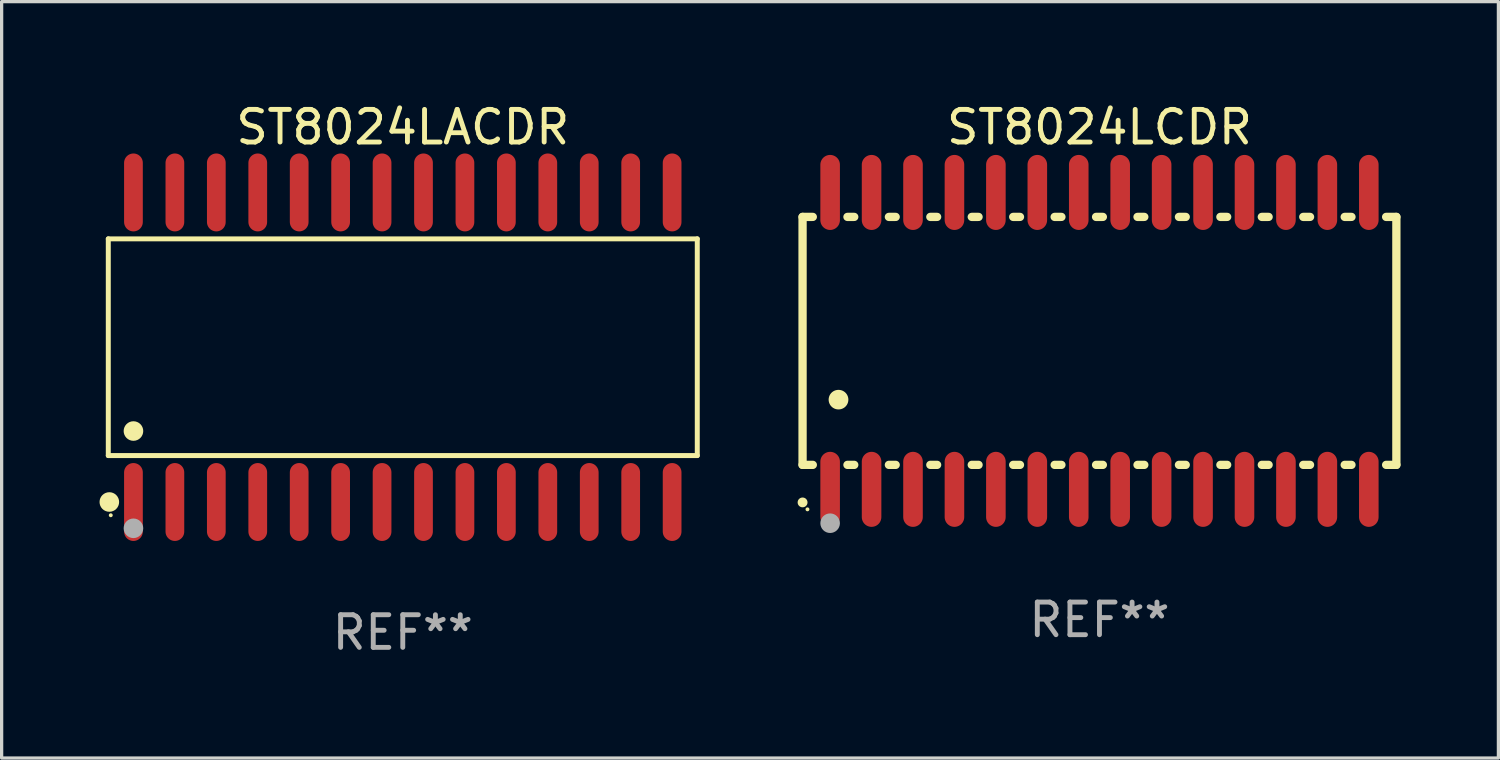
<source format=kicad_pcb>
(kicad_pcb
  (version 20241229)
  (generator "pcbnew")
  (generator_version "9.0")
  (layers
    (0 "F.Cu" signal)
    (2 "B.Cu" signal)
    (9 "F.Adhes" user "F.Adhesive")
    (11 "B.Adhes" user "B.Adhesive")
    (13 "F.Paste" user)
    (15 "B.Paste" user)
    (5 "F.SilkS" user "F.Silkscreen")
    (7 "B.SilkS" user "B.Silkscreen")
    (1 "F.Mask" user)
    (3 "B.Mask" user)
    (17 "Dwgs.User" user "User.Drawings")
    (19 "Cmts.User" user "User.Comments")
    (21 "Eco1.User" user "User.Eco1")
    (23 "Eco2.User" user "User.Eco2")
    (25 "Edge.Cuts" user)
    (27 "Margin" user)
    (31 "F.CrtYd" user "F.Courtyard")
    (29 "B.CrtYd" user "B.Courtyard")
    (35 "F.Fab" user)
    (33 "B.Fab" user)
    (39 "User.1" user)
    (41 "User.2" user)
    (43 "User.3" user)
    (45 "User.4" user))
  (footprint "ST8024LCDR"
    (layer "F.Cu")
    (at 30.648 7.398)
    (property "Reference" "ST8024LCDR" (at 0 -6.55 0) (layer "F.SilkS") (effects (font (size 1 1) (thickness 0.15))))
    (attr through_hole)
    (fp_line (start -9.1 -3.8) (end -9.1 3.8) (stroke (width 0.254) (type solid)) (layer "F.SilkS"))
    (fp_line (start -9.1 -3.8) (end -8.786 -3.8) (stroke (width 0.254) (type solid)) (layer "F.SilkS"))
    (fp_line (start -9.1 3.8) (end -8.786 3.8) (stroke (width 0.254) (type solid)) (layer "F.SilkS"))
    (fp_line (start -7.724 -3.8) (end -7.516 -3.8) (stroke (width 0.254) (type solid)) (layer "F.SilkS"))
    (fp_line (start -7.724 3.8) (end -7.516 3.8) (stroke (width 0.254) (type solid)) (layer "F.SilkS"))
    (fp_line (start -6.454 -3.8) (end -6.246 -3.8) (stroke (width 0.254) (type solid)) (layer "F.SilkS"))
    (fp_line (start -6.454 3.8) (end -6.246 3.8) (stroke (width 0.254) (type solid)) (layer "F.SilkS"))
    (fp_line (start -5.184 -3.8) (end -4.976 -3.8) (stroke (width 0.254) (type solid)) (layer "F.SilkS"))
    (fp_line (start -5.184 3.8) (end -4.976 3.8) (stroke (width 0.254) (type solid)) (layer "F.SilkS"))
    (fp_line (start -3.914 -3.8) (end -3.706 -3.8) (stroke (width 0.254) (type solid)) (layer "F.SilkS"))
    (fp_line (start -3.914 3.8) (end -3.706 3.8) (stroke (width 0.254) (type solid)) (layer "F.SilkS"))
    (fp_line (start -2.644 -3.8) (end -2.436 -3.8) (stroke (width 0.254) (type solid)) (layer "F.SilkS"))
    (fp_line (start -2.644 3.8) (end -2.436 3.8) (stroke (width 0.254) (type solid)) (layer "F.SilkS"))
    (fp_line (start -1.374 -3.8) (end -1.166 -3.8) (stroke (width 0.254) (type solid)) (layer "F.SilkS"))
    (fp_line (start -1.374 3.8) (end -1.166 3.8) (stroke (width 0.254) (type solid)) (layer "F.SilkS"))
    (fp_line (start -0.104 -3.8) (end 0.104 -3.8) (stroke (width 0.254) (type solid)) (layer "F.SilkS"))
    (fp_line (start -0.104 3.8) (end 0.104 3.8) (stroke (width 0.254) (type solid)) (layer "F.SilkS"))
    (fp_line (start 1.166 -3.8) (end 1.374 -3.8) (stroke (width 0.254) (type solid)) (layer "F.SilkS"))
    (fp_line (start 1.166 3.8) (end 1.374 3.8) (stroke (width 0.254) (type solid)) (layer "F.SilkS"))
    (fp_line (start 2.436 -3.8) (end 2.644 -3.8) (stroke (width 0.254) (type solid)) (layer "F.SilkS"))
    (fp_line (start 2.436 3.8) (end 2.644 3.8) (stroke (width 0.254) (type solid)) (layer "F.SilkS"))
    (fp_line (start 3.706 -3.8) (end 3.914 -3.8) (stroke (width 0.254) (type solid)) (layer "F.SilkS"))
    (fp_line (start 3.706 3.8) (end 3.914 3.8) (stroke (width 0.254) (type solid)) (layer "F.SilkS"))
    (fp_line (start 4.976 -3.8) (end 5.184 -3.8) (stroke (width 0.254) (type solid)) (layer "F.SilkS"))
    (fp_line (start 4.976 3.8) (end 5.184 3.8) (stroke (width 0.254) (type solid)) (layer "F.SilkS"))
    (fp_line (start 6.246 -3.8) (end 6.454 -3.8) (stroke (width 0.254) (type solid)) (layer "F.SilkS"))
    (fp_line (start 6.246 3.8) (end 6.454 3.8) (stroke (width 0.254) (type solid)) (layer "F.SilkS"))
    (fp_line (start 7.516 -3.8) (end 7.724 -3.8) (stroke (width 0.254) (type solid)) (layer "F.SilkS"))
    (fp_line (start 7.516 3.8) (end 7.724 3.8) (stroke (width 0.254) (type solid)) (layer "F.SilkS"))
    (fp_line (start 8.786 -3.8) (end 9.1 -3.8) (stroke (width 0.254) (type solid)) (layer "F.SilkS"))
    (fp_line (start 8.786 3.8) (end 9.1 3.8) (stroke (width 0.254) (type solid)) (layer "F.SilkS"))
    (fp_line (start 9.1 -3.8) (end 9.1 3.8) (stroke (width 0.254) (type solid)) (layer "F.SilkS"))
    (fp_arc (start -9.100864 4.95047) (mid -9.099594 4.950465) (end -9.098324 4.95047) (stroke (width 0.3) (type solid)) (layer "F.SilkS"))
    (fp_arc (start -8.001041 1.800864) (mid -7.998501 1.800853) (end -7.995961 1.800864) (stroke (width 0.6) (type solid)) (layer "F.SilkS"))
    (fp_circle (center -8.95 5.163) (end -8.92 5.163) (stroke (width 0.06) (type solid)) (fill no) (layer "F.SilkS"))
    (fp_circle (center -8.255 5.588) (end -8.105 5.588) (stroke (width 0.3) (type solid)) (fill no) (layer "F.Fab"))
    (fp_text user "REF**" (at 0 8.55 0) (layer "F.Fab") (effects (font (size 1 1) (thickness 0.15))))
    (pad "1" smd oval (at -8.255 4.55 180) (size 0.6 2.3) (layers "F.Cu" "F.Mask" "F.Paste"))
    (pad "2" smd oval (at -6.985 4.55 180) (size 0.6 2.3) (layers "F.Cu" "F.Mask" "F.Paste"))
    (pad "3" smd oval (at -5.715 4.55 180) (size 0.6 2.3) (layers "F.Cu" "F.Mask" "F.Paste"))
    (pad "4" smd oval (at -4.445 4.55 180) (size 0.6 2.3) (layers "F.Cu" "F.Mask" "F.Paste"))
    (pad "5" smd oval (at -3.175 4.55 180) (size 0.6 2.3) (layers "F.Cu" "F.Mask" "F.Paste"))
    (pad "6" smd oval (at -1.905 4.55 180) (size 0.6 2.3) (layers "F.Cu" "F.Mask" "F.Paste"))
    (pad "7" smd oval (at -0.635 4.55 180) (size 0.6 2.3) (layers "F.Cu" "F.Mask" "F.Paste"))
    (pad "8" smd oval (at 0.635 4.55 180) (size 0.6 2.3) (layers "F.Cu" "F.Mask" "F.Paste"))
    (pad "9" smd oval (at 1.905 4.55 180) (size 0.6 2.3) (layers "F.Cu" "F.Mask" "F.Paste"))
    (pad "10" smd oval (at 3.175 4.55 180) (size 0.6 2.3) (layers "F.Cu" "F.Mask" "F.Paste"))
    (pad "11" smd oval (at 4.445 4.55 180) (size 0.6 2.3) (layers "F.Cu" "F.Mask" "F.Paste"))
    (pad "12" smd oval (at 5.715 4.55 180) (size 0.6 2.3) (layers "F.Cu" "F.Mask" "F.Paste"))
    (pad "13" smd oval (at 6.985 4.55 180) (size 0.6 2.3) (layers "F.Cu" "F.Mask" "F.Paste"))
    (pad "14" smd oval (at 8.255 4.55 180) (size 0.6 2.3) (layers "F.Cu" "F.Mask" "F.Paste"))
    (pad "15" smd oval (at 8.255 -4.55 180) (size 0.6 2.3) (layers "F.Cu" "F.Mask" "F.Paste"))
    (pad "16" smd oval (at 6.985 -4.55 180) (size 0.6 2.3) (layers "F.Cu" "F.Mask" "F.Paste"))
    (pad "17" smd oval (at 5.715 -4.55 180) (size 0.6 2.3) (layers "F.Cu" "F.Mask" "F.Paste"))
    (pad "18" smd oval (at 4.445 -4.55 180) (size 0.6 2.3) (layers "F.Cu" "F.Mask" "F.Paste"))
    (pad "19" smd oval (at 3.175 -4.55 180) (size 0.6 2.3) (layers "F.Cu" "F.Mask" "F.Paste"))
    (pad "20" smd oval (at 1.905 -4.55 180) (size 0.6 2.3) (layers "F.Cu" "F.Mask" "F.Paste"))
    (pad "21" smd oval (at 0.635 -4.55 180) (size 0.6 2.3) (layers "F.Cu" "F.Mask" "F.Paste"))
    (pad "22" smd oval (at -0.635 -4.55 180) (size 0.6 2.3) (layers "F.Cu" "F.Mask" "F.Paste"))
    (pad "23" smd oval (at -1.905 -4.55 180) (size 0.6 2.3) (layers "F.Cu" "F.Mask" "F.Paste"))
    (pad "24" smd oval (at -3.175 -4.55 180) (size 0.6 2.3) (layers "F.Cu" "F.Mask" "F.Paste"))
    (pad "25" smd oval (at -4.445 -4.55 180) (size 0.6 2.3) (layers "F.Cu" "F.Mask" "F.Paste"))
    (pad "26" smd oval (at -5.715 -4.55 180) (size 0.6 2.3) (layers "F.Cu" "F.Mask" "F.Paste"))
    (pad "27" smd oval (at -6.985 -4.55 180) (size 0.6 2.3) (layers "F.Cu" "F.Mask" "F.Paste"))
    (pad "28" smd oval (at -8.255 -4.55 180) (size 0.6 2.3) (layers "F.Cu" "F.Mask" "F.Paste")))
  (footprint "ST8024LACDR"
    (layer "F.Cu")
    (at 9.295 7.592)
    (property "Reference" "ST8024LACDR" (at 0 -6.744 0) (layer "F.SilkS") (effects (font (size 1 1) (thickness 0.15))))
    (attr through_hole)
    (fp_line (start -9.026 -3.321) (end 9.026 -3.321) (stroke (width 0.152) (type solid)) (layer "F.SilkS"))
    (fp_line (start -9.026 3.321) (end -9.026 -3.321) (stroke (width 0.152) (type solid)) (layer "F.SilkS"))
    (fp_line (start 9.026 -3.321) (end 9.026 3.321) (stroke (width 0.152) (type solid)) (layer "F.SilkS"))
    (fp_line (start 9.026 3.321) (end -9.026 3.321) (stroke (width 0.152) (type solid)) (layer "F.SilkS"))
    (fp_circle (center -8.994 4.744) (end -8.844 4.744) (stroke (width 0.3) (type solid)) (fill no) (layer "F.SilkS"))
    (fp_circle (center -8.95 5.15) (end -8.92 5.15) (stroke (width 0.06) (type solid)) (fill no) (layer "F.SilkS"))
    (fp_circle (center -8.255 2.569) (end -8.105 2.569) (stroke (width 0.3) (type solid)) (fill no) (layer "F.SilkS"))
    (fp_circle (center -8.255 5.55) (end -8.105 5.55) (stroke (width 0.3) (type solid)) (fill no) (layer "F.Fab"))
    (fp_text user "REF**" (at 0 8.744 0) (layer "F.Fab") (effects (font (size 1 1) (thickness 0.15))))
    (pad "1" smd oval (at -8.255 4.744) (size 0.574 2.388) (layers "F.Cu" "F.Mask" "F.Paste"))
    (pad "2" smd oval (at -6.985 4.744) (size 0.574 2.388) (layers "F.Cu" "F.Mask" "F.Paste"))
    (pad "3" smd oval (at -5.715 4.744) (size 0.574 2.388) (layers "F.Cu" "F.Mask" "F.Paste"))
    (pad "4" smd oval (at -4.445 4.744) (size 0.574 2.388) (layers "F.Cu" "F.Mask" "F.Paste"))
    (pad "5" smd oval (at -3.175 4.744) (size 0.574 2.388) (layers "F.Cu" "F.Mask" "F.Paste"))
    (pad "6" smd oval (at -1.905 4.744) (size 0.574 2.388) (layers "F.Cu" "F.Mask" "F.Paste"))
    (pad "7" smd oval (at -0.635 4.744) (size 0.574 2.388) (layers "F.Cu" "F.Mask" "F.Paste"))
    (pad "8" smd oval (at 0.635 4.744) (size 0.574 2.388) (layers "F.Cu" "F.Mask" "F.Paste"))
    (pad "9" smd oval (at 1.905 4.744) (size 0.574 2.388) (layers "F.Cu" "F.Mask" "F.Paste"))
    (pad "10" smd oval (at 3.175 4.744) (size 0.574 2.388) (layers "F.Cu" "F.Mask" "F.Paste"))
    (pad "11" smd oval (at 4.445 4.744) (size 0.574 2.388) (layers "F.Cu" "F.Mask" "F.Paste"))
    (pad "12" smd oval (at 5.715 4.744) (size 0.574 2.388) (layers "F.Cu" "F.Mask" "F.Paste"))
    (pad "13" smd oval (at 6.985 4.744) (size 0.574 2.388) (layers "F.Cu" "F.Mask" "F.Paste"))
    (pad "14" smd oval (at 8.255 4.744) (size 0.574 2.388) (layers "F.Cu" "F.Mask" "F.Paste"))
    (pad "15" smd oval (at 8.255 -4.744) (size 0.574 2.388) (layers "F.Cu" "F.Mask" "F.Paste"))
    (pad "16" smd oval (at 6.985 -4.744) (size 0.574 2.388) (layers "F.Cu" "F.Mask" "F.Paste"))
    (pad "17" smd oval (at 5.715 -4.744) (size 0.574 2.388) (layers "F.Cu" "F.Mask" "F.Paste"))
    (pad "18" smd oval (at 4.445 -4.744) (size 0.574 2.388) (layers "F.Cu" "F.Mask" "F.Paste"))
    (pad "19" smd oval (at 3.175 -4.744) (size 0.574 2.388) (layers "F.Cu" "F.Mask" "F.Paste"))
    (pad "20" smd oval (at 1.905 -4.744) (size 0.574 2.388) (layers "F.Cu" "F.Mask" "F.Paste"))
    (pad "21" smd oval (at 0.635 -4.744) (size 0.574 2.388) (layers "F.Cu" "F.Mask" "F.Paste"))
    (pad "22" smd oval (at -0.635 -4.744) (size 0.574 2.388) (layers "F.Cu" "F.Mask" "F.Paste"))
    (pad "23" smd oval (at -1.905 -4.744) (size 0.574 2.388) (layers "F.Cu" "F.Mask" "F.Paste"))
    (pad "24" smd oval (at -3.175 -4.744) (size 0.574 2.388) (layers "F.Cu" "F.Mask" "F.Paste"))
    (pad "25" smd oval (at -4.445 -4.744) (size 0.574 2.388) (layers "F.Cu" "F.Mask" "F.Paste"))
    (pad "26" smd oval (at -5.715 -4.744) (size 0.574 2.388) (layers "F.Cu" "F.Mask" "F.Paste"))
    (pad "27" smd oval (at -6.985 -4.744) (size 0.574 2.388) (layers "F.Cu" "F.Mask" "F.Paste"))
    (pad "28" smd oval (at -8.255 -4.744) (size 0.574 2.388) (layers "F.Cu" "F.Mask" "F.Paste")))
  (gr_rect
    (start -3 -3)
    (end 42.875 20.184)
    (stroke (width 0.1) (type default))
    (fill no)
    (layer "Edge.Cuts")))
</source>
